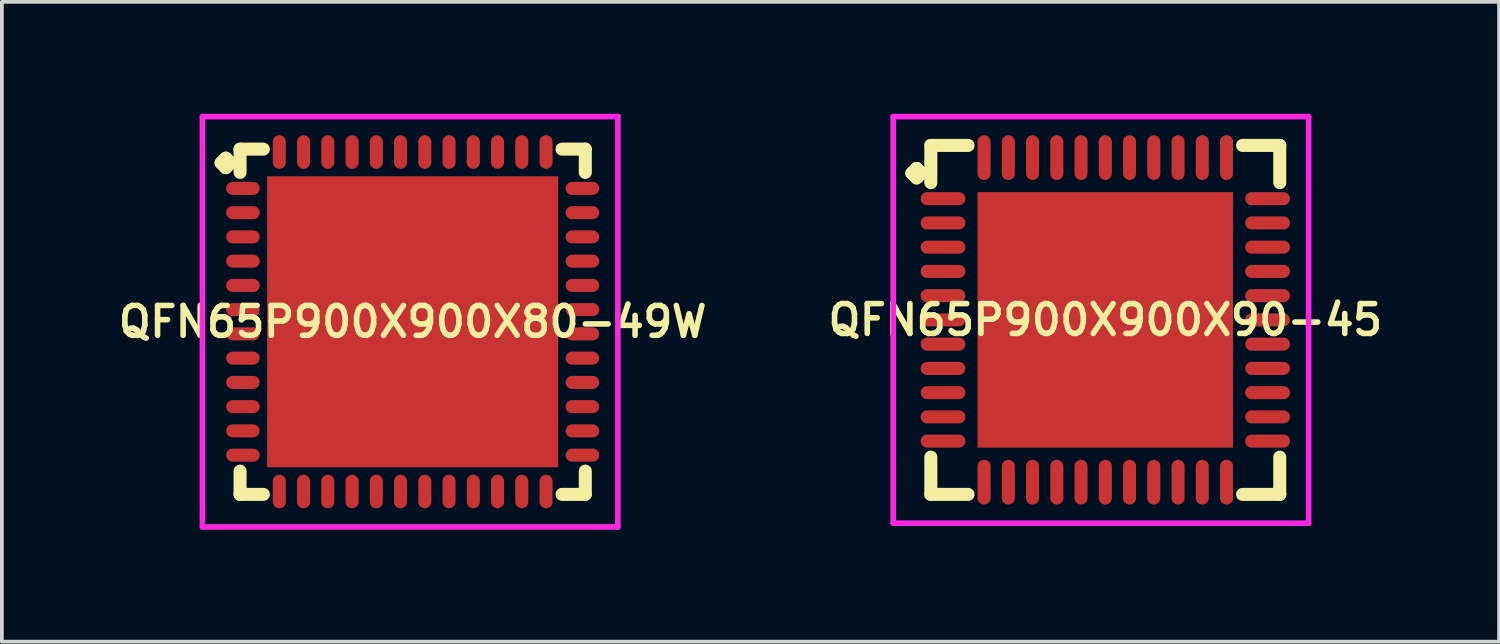
<source format=kicad_pcb>
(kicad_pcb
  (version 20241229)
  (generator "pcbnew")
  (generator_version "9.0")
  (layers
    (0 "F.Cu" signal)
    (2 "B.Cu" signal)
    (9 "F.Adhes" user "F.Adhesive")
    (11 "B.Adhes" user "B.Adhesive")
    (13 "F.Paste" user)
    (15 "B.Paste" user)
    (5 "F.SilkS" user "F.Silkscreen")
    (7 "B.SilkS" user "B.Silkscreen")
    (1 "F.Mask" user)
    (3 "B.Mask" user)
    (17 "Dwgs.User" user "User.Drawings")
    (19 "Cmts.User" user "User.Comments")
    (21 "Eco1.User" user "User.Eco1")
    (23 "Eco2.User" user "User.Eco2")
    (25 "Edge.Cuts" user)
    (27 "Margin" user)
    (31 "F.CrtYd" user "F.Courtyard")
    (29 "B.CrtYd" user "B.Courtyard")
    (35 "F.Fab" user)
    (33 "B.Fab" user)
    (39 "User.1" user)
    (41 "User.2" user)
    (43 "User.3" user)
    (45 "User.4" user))
  (footprint "QFN65P900X900X90-45"
    (layer "F.Cu")
    (at 26.578 5.525)
    (property "Reference" "QFN65P900X900X90-45" (at 0 0 0) (layer "F.SilkS") (effects (font (size 0.8 0.8) (thickness 0.15))))
    (attr smd)
    (fp_line (start -5.185 -3.933) (end -5.058 -4.06) (stroke (width 0.35) (type solid)) (layer "F.SilkS"))
    (fp_line (start -5.058 -4.06) (end -4.931 -3.933) (stroke (width 0.35) (type solid)) (layer "F.SilkS"))
    (fp_line (start -5.058 -3.806) (end -5.185 -3.933) (stroke (width 0.35) (type solid)) (layer "F.SilkS"))
    (fp_line (start -4.931 -3.933) (end -5.058 -3.806) (stroke (width 0.35) (type solid)) (layer "F.SilkS"))
    (fp_line (start -4.677 -4.677) (end -3.679 -4.677) (stroke (width 0.35) (type solid)) (layer "F.SilkS"))
    (fp_line (start -4.677 -3.679) (end -4.677 -4.677) (stroke (width 0.35) (type solid)) (layer "F.SilkS"))
    (fp_line (start -4.677 3.679) (end -4.677 4.677) (stroke (width 0.35) (type solid)) (layer "F.SilkS"))
    (fp_line (start -4.677 4.677) (end -3.679 4.677) (stroke (width 0.35) (type solid)) (layer "F.SilkS"))
    (fp_line (start 3.679 -4.677) (end 4.677 -4.677) (stroke (width 0.35) (type solid)) (layer "F.SilkS"))
    (fp_line (start 3.679 4.677) (end 4.677 4.677) (stroke (width 0.35) (type solid)) (layer "F.SilkS"))
    (fp_line (start 4.677 -4.677) (end 4.677 -3.679) (stroke (width 0.35) (type solid)) (layer "F.SilkS"))
    (fp_line (start 4.677 4.677) (end 4.677 3.679) (stroke (width 0.35) (type solid)) (layer "F.SilkS"))
    (fp_line (start -5.685 -5.45) (end 5.45 -5.45) (stroke (width 0.15) (type solid)) (layer "F.CrtYd"))
    (fp_line (start -5.685 5.45) (end -5.685 -5.45) (stroke (width 0.15) (type solid)) (layer "F.CrtYd"))
    (fp_line (start 5.45 -5.45) (end 5.45 5.45) (stroke (width 0.15) (type solid)) (layer "F.CrtYd"))
    (fp_line (start 5.45 5.45) (end -5.685 5.45) (stroke (width 0.15) (type solid)) (layer "F.CrtYd"))
    (pad "1" smd oval (at -4.35 -3.25) (size 1.2 0.35) (layers "F.Cu" "F.Mask" "F.Paste"))
    (pad "2" smd oval (at -4.35 -2.6) (size 1.2 0.35) (layers "F.Cu" "F.Mask" "F.Paste"))
    (pad "3" smd oval (at -4.35 -1.95) (size 1.2 0.35) (layers "F.Cu" "F.Mask" "F.Paste"))
    (pad "4" smd oval (at -4.35 -1.3) (size 1.2 0.35) (layers "F.Cu" "F.Mask" "F.Paste"))
    (pad "5" smd oval (at -4.35 -0.65) (size 1.2 0.35) (layers "F.Cu" "F.Mask" "F.Paste"))
    (pad "6" smd oval (at -4.35 0) (size 1.2 0.35) (layers "F.Cu" "F.Mask" "F.Paste"))
    (pad "7" smd oval (at -4.35 0.65) (size 1.2 0.35) (layers "F.Cu" "F.Mask" "F.Paste"))
    (pad "8" smd oval (at -4.35 1.3) (size 1.2 0.35) (layers "F.Cu" "F.Mask" "F.Paste"))
    (pad "9" smd oval (at -4.35 1.95) (size 1.2 0.35) (layers "F.Cu" "F.Mask" "F.Paste"))
    (pad "10" smd oval (at -4.35 2.6) (size 1.2 0.35) (layers "F.Cu" "F.Mask" "F.Paste"))
    (pad "11" smd oval (at -4.35 3.25) (size 1.2 0.35) (layers "F.Cu" "F.Mask" "F.Paste"))
    (pad "12" smd oval (at -3.25 4.35) (size 0.35 1.2) (layers "F.Cu" "F.Mask" "F.Paste"))
    (pad "13" smd oval (at -2.6 4.35) (size 0.35 1.2) (layers "F.Cu" "F.Mask" "F.Paste"))
    (pad "14" smd oval (at -1.95 4.35) (size 0.35 1.2) (layers "F.Cu" "F.Mask" "F.Paste"))
    (pad "15" smd oval (at -1.3 4.35) (size 0.35 1.2) (layers "F.Cu" "F.Mask" "F.Paste"))
    (pad "16" smd oval (at -0.65 4.35) (size 0.35 1.2) (layers "F.Cu" "F.Mask" "F.Paste"))
    (pad "17" smd oval (at 0 4.35) (size 0.35 1.2) (layers "F.Cu" "F.Mask" "F.Paste"))
    (pad "18" smd oval (at 0.65 4.35) (size 0.35 1.2) (layers "F.Cu" "F.Mask" "F.Paste"))
    (pad "19" smd oval (at 1.3 4.35) (size 0.35 1.2) (layers "F.Cu" "F.Mask" "F.Paste"))
    (pad "20" smd oval (at 1.95 4.35) (size 0.35 1.2) (layers "F.Cu" "F.Mask" "F.Paste"))
    (pad "21" smd oval (at 2.6 4.35) (size 0.35 1.2) (layers "F.Cu" "F.Mask" "F.Paste"))
    (pad "22" smd oval (at 3.25 4.35) (size 0.35 1.2) (layers "F.Cu" "F.Mask" "F.Paste"))
    (pad "23" smd oval (at 4.35 3.25) (size 1.2 0.35) (layers "F.Cu" "F.Mask" "F.Paste"))
    (pad "24" smd oval (at 4.35 2.6) (size 1.2 0.35) (layers "F.Cu" "F.Mask" "F.Paste"))
    (pad "25" smd oval (at 4.35 1.95) (size 1.2 0.35) (layers "F.Cu" "F.Mask" "F.Paste"))
    (pad "26" smd oval (at 4.35 1.3) (size 1.2 0.35) (layers "F.Cu" "F.Mask" "F.Paste"))
    (pad "27" smd oval (at 4.35 0.65) (size 1.2 0.35) (layers "F.Cu" "F.Mask" "F.Paste"))
    (pad "28" smd oval (at 4.35 0) (size 1.2 0.35) (layers "F.Cu" "F.Mask" "F.Paste"))
    (pad "29" smd oval (at 4.35 -0.65) (size 1.2 0.35) (layers "F.Cu" "F.Mask" "F.Paste"))
    (pad "30" smd oval (at 4.35 -1.3) (size 1.2 0.35) (layers "F.Cu" "F.Mask" "F.Paste"))
    (pad "31" smd oval (at 4.35 -1.95) (size 1.2 0.35) (layers "F.Cu" "F.Mask" "F.Paste"))
    (pad "32" smd oval (at 4.35 -2.6) (size 1.2 0.35) (layers "F.Cu" "F.Mask" "F.Paste"))
    (pad "33" smd oval (at 4.35 -3.25) (size 1.2 0.35) (layers "F.Cu" "F.Mask" "F.Paste"))
    (pad "34" smd oval (at 3.25 -4.35) (size 0.35 1.2) (layers "F.Cu" "F.Mask" "F.Paste"))
    (pad "35" smd oval (at 2.6 -4.35) (size 0.35 1.2) (layers "F.Cu" "F.Mask" "F.Paste"))
    (pad "36" smd oval (at 1.95 -4.35) (size 0.35 1.2) (layers "F.Cu" "F.Mask" "F.Paste"))
    (pad "37" smd oval (at 1.3 -4.35) (size 0.35 1.2) (layers "F.Cu" "F.Mask" "F.Paste"))
    (pad "38" smd oval (at 0.65 -4.35) (size 0.35 1.2) (layers "F.Cu" "F.Mask" "F.Paste"))
    (pad "39" smd oval (at 0 -4.35) (size 0.35 1.2) (layers "F.Cu" "F.Mask" "F.Paste"))
    (pad "40" smd oval (at -0.65 -4.35) (size 0.35 1.2) (layers "F.Cu" "F.Mask" "F.Paste"))
    (pad "41" smd oval (at -1.3 -4.35) (size 0.35 1.2) (layers "F.Cu" "F.Mask" "F.Paste"))
    (pad "42" smd oval (at -1.95 -4.35) (size 0.35 1.2) (layers "F.Cu" "F.Mask" "F.Paste"))
    (pad "43" smd oval (at -2.6 -4.35) (size 0.35 1.2) (layers "F.Cu" "F.Mask" "F.Paste"))
    (pad "44" smd oval (at -3.25 -4.35) (size 0.35 1.2) (layers "F.Cu" "F.Mask" "F.Paste"))
    (pad "45" smd rect (at 0 0) (size 6.85 6.85) (layers "F.Cu" "F.Mask" "F.Paste")))
  (footprint "QFN65P900X900X80-49W"
    (layer "F.Cu")
    (at 8.012 5.575)
    (property "Reference" "QFN65P900X900X80-49W" (at 0 0 0) (layer "F.SilkS") (effects (font (size 0.8 0.8) (thickness 0.15))))
    (attr smd)
    (fp_line (start -5.135 -4.258) (end -5.008 -4.385) (stroke (width 0.35) (type solid)) (layer "F.SilkS"))
    (fp_line (start -5.008 -4.385) (end -4.881 -4.258) (stroke (width 0.35) (type solid)) (layer "F.SilkS"))
    (fp_line (start -5.008 -4.131) (end -5.135 -4.258) (stroke (width 0.35) (type solid)) (layer "F.SilkS"))
    (fp_line (start -4.881 -4.258) (end -5.008 -4.131) (stroke (width 0.35) (type solid)) (layer "F.SilkS"))
    (fp_line (start -4.627 -4.627) (end -4.004 -4.627) (stroke (width 0.35) (type solid)) (layer "F.SilkS"))
    (fp_line (start -4.627 -4.004) (end -4.627 -4.627) (stroke (width 0.35) (type solid)) (layer "F.SilkS"))
    (fp_line (start -4.627 4.004) (end -4.627 4.627) (stroke (width 0.35) (type solid)) (layer "F.SilkS"))
    (fp_line (start -4.627 4.627) (end -4.004 4.627) (stroke (width 0.35) (type solid)) (layer "F.SilkS"))
    (fp_line (start 4.004 -4.627) (end 4.627 -4.627) (stroke (width 0.35) (type solid)) (layer "F.SilkS"))
    (fp_line (start 4.004 4.627) (end 4.627 4.627) (stroke (width 0.35) (type solid)) (layer "F.SilkS"))
    (fp_line (start 4.627 -4.627) (end 4.627 -4.004) (stroke (width 0.35) (type solid)) (layer "F.SilkS"))
    (fp_line (start 4.627 4.627) (end 4.627 4.004) (stroke (width 0.35) (type solid)) (layer "F.SilkS"))
    (fp_line (start -5.635 -5.5) (end 5.5 -5.5) (stroke (width 0.15) (type solid)) (layer "F.CrtYd"))
    (fp_line (start -5.635 5.5) (end -5.635 -5.5) (stroke (width 0.15) (type solid)) (layer "F.CrtYd"))
    (fp_line (start 5.5 -5.5) (end 5.5 5.5) (stroke (width 0.15) (type solid)) (layer "F.CrtYd"))
    (fp_line (start 5.5 5.5) (end -5.635 5.5) (stroke (width 0.15) (type solid)) (layer "F.CrtYd"))
    (pad "1" smd oval (at -4.55 -3.575) (size 0.9 0.35) (layers "F.Cu" "F.Mask" "F.Paste"))
    (pad "2" smd oval (at -4.55 -2.925) (size 0.9 0.35) (layers "F.Cu" "F.Mask" "F.Paste"))
    (pad "3" smd oval (at -4.55 -2.275) (size 0.9 0.35) (layers "F.Cu" "F.Mask" "F.Paste"))
    (pad "4" smd oval (at -4.55 -1.625) (size 0.9 0.35) (layers "F.Cu" "F.Mask" "F.Paste"))
    (pad "5" smd oval (at -4.55 -0.975) (size 0.9 0.35) (layers "F.Cu" "F.Mask" "F.Paste"))
    (pad "6" smd oval (at -4.55 -0.325) (size 0.9 0.35) (layers "F.Cu" "F.Mask" "F.Paste"))
    (pad "7" smd oval (at -4.55 0.325) (size 0.9 0.35) (layers "F.Cu" "F.Mask" "F.Paste"))
    (pad "8" smd oval (at -4.55 0.975) (size 0.9 0.35) (layers "F.Cu" "F.Mask" "F.Paste"))
    (pad "9" smd oval (at -4.55 1.625) (size 0.9 0.35) (layers "F.Cu" "F.Mask" "F.Paste"))
    (pad "10" smd oval (at -4.55 2.275) (size 0.9 0.35) (layers "F.Cu" "F.Mask" "F.Paste"))
    (pad "11" smd oval (at -4.55 2.925) (size 0.9 0.35) (layers "F.Cu" "F.Mask" "F.Paste"))
    (pad "12" smd oval (at -4.55 3.575) (size 0.9 0.35) (layers "F.Cu" "F.Mask" "F.Paste"))
    (pad "13" smd oval (at -3.575 4.55) (size 0.35 0.9) (layers "F.Cu" "F.Mask" "F.Paste"))
    (pad "14" smd oval (at -2.925 4.55) (size 0.35 0.9) (layers "F.Cu" "F.Mask" "F.Paste"))
    (pad "15" smd oval (at -2.275 4.55) (size 0.35 0.9) (layers "F.Cu" "F.Mask" "F.Paste"))
    (pad "16" smd oval (at -1.625 4.55) (size 0.35 0.9) (layers "F.Cu" "F.Mask" "F.Paste"))
    (pad "17" smd oval (at -0.975 4.55) (size 0.35 0.9) (layers "F.Cu" "F.Mask" "F.Paste"))
    (pad "18" smd oval (at -0.325 4.55) (size 0.35 0.9) (layers "F.Cu" "F.Mask" "F.Paste"))
    (pad "19" smd oval (at 0.325 4.55) (size 0.35 0.9) (layers "F.Cu" "F.Mask" "F.Paste"))
    (pad "20" smd oval (at 0.975 4.55) (size 0.35 0.9) (layers "F.Cu" "F.Mask" "F.Paste"))
    (pad "21" smd oval (at 1.625 4.55) (size 0.35 0.9) (layers "F.Cu" "F.Mask" "F.Paste"))
    (pad "22" smd oval (at 2.275 4.55) (size 0.35 0.9) (layers "F.Cu" "F.Mask" "F.Paste"))
    (pad "23" smd oval (at 2.925 4.55) (size 0.35 0.9) (layers "F.Cu" "F.Mask" "F.Paste"))
    (pad "24" smd oval (at 3.575 4.55) (size 0.35 0.9) (layers "F.Cu" "F.Mask" "F.Paste"))
    (pad "25" smd oval (at 4.55 3.575) (size 0.9 0.35) (layers "F.Cu" "F.Mask" "F.Paste"))
    (pad "26" smd oval (at 4.55 2.925) (size 0.9 0.35) (layers "F.Cu" "F.Mask" "F.Paste"))
    (pad "27" smd oval (at 4.55 2.275) (size 0.9 0.35) (layers "F.Cu" "F.Mask" "F.Paste"))
    (pad "28" smd oval (at 4.55 1.625) (size 0.9 0.35) (layers "F.Cu" "F.Mask" "F.Paste"))
    (pad "29" smd oval (at 4.55 0.975) (size 0.9 0.35) (layers "F.Cu" "F.Mask" "F.Paste"))
    (pad "30" smd oval (at 4.55 0.325) (size 0.9 0.35) (layers "F.Cu" "F.Mask" "F.Paste"))
    (pad "31" smd oval (at 4.55 -0.325) (size 0.9 0.35) (layers "F.Cu" "F.Mask" "F.Paste"))
    (pad "32" smd oval (at 4.55 -0.975) (size 0.9 0.35) (layers "F.Cu" "F.Mask" "F.Paste"))
    (pad "33" smd oval (at 4.55 -1.625) (size 0.9 0.35) (layers "F.Cu" "F.Mask" "F.Paste"))
    (pad "34" smd oval (at 4.55 -2.275) (size 0.9 0.35) (layers "F.Cu" "F.Mask" "F.Paste"))
    (pad "35" smd oval (at 4.55 -2.925) (size 0.9 0.35) (layers "F.Cu" "F.Mask" "F.Paste"))
    (pad "36" smd oval (at 4.55 -3.575) (size 0.9 0.35) (layers "F.Cu" "F.Mask" "F.Paste"))
    (pad "37" smd oval (at 3.575 -4.55) (size 0.35 0.9) (layers "F.Cu" "F.Mask" "F.Paste"))
    (pad "38" smd oval (at 2.925 -4.55) (size 0.35 0.9) (layers "F.Cu" "F.Mask" "F.Paste"))
    (pad "39" smd oval (at 2.275 -4.55) (size 0.35 0.9) (layers "F.Cu" "F.Mask" "F.Paste"))
    (pad "40" smd oval (at 1.625 -4.55) (size 0.35 0.9) (layers "F.Cu" "F.Mask" "F.Paste"))
    (pad "41" smd oval (at 0.975 -4.55) (size 0.35 0.9) (layers "F.Cu" "F.Mask" "F.Paste"))
    (pad "42" smd oval (at 0.325 -4.55) (size 0.35 0.9) (layers "F.Cu" "F.Mask" "F.Paste"))
    (pad "43" smd oval (at -0.325 -4.55) (size 0.35 0.9) (layers "F.Cu" "F.Mask" "F.Paste"))
    (pad "44" smd oval (at -0.975 -4.55) (size 0.35 0.9) (layers "F.Cu" "F.Mask" "F.Paste"))
    (pad "45" smd oval (at -1.625 -4.55) (size 0.35 0.9) (layers "F.Cu" "F.Mask" "F.Paste"))
    (pad "46" smd oval (at -2.275 -4.55) (size 0.35 0.9) (layers "F.Cu" "F.Mask" "F.Paste"))
    (pad "47" smd oval (at -2.925 -4.55) (size 0.35 0.9) (layers "F.Cu" "F.Mask" "F.Paste"))
    (pad "48" smd oval (at -3.575 -4.55) (size 0.35 0.9) (layers "F.Cu" "F.Mask" "F.Paste"))
    (pad "49" smd rect (at 0 0) (size 7.8 7.8) (layers "F.Cu" "F.Mask" "F.Paste")))
  (gr_rect
    (start -3 -3)
    (end 37.132 14.15)
    (stroke (width 0.1) (type default))
    (fill no)
    (layer "Edge.Cuts")))
</source>
